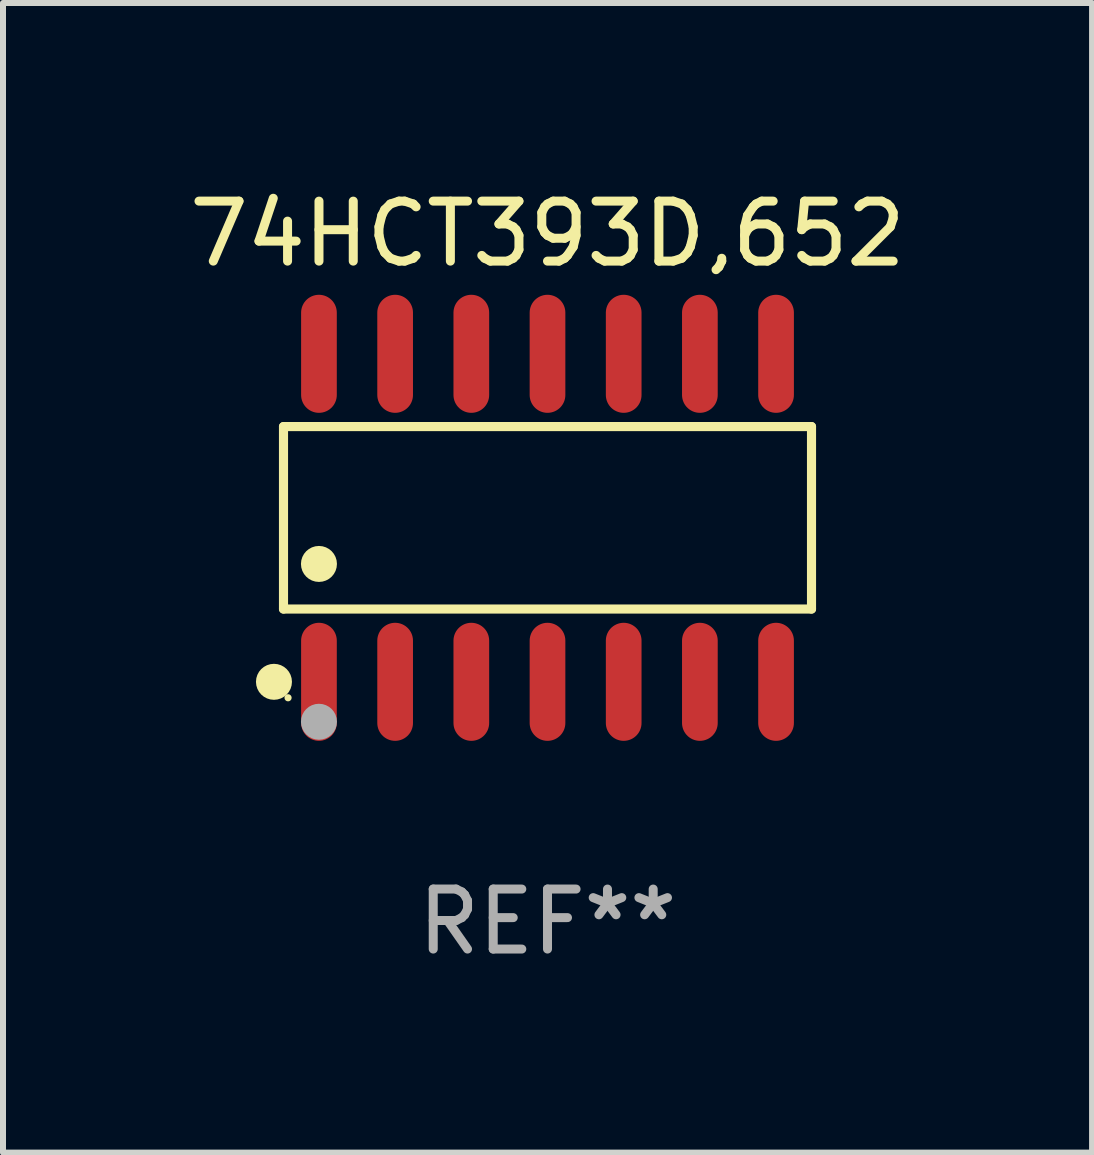
<source format=kicad_pcb>
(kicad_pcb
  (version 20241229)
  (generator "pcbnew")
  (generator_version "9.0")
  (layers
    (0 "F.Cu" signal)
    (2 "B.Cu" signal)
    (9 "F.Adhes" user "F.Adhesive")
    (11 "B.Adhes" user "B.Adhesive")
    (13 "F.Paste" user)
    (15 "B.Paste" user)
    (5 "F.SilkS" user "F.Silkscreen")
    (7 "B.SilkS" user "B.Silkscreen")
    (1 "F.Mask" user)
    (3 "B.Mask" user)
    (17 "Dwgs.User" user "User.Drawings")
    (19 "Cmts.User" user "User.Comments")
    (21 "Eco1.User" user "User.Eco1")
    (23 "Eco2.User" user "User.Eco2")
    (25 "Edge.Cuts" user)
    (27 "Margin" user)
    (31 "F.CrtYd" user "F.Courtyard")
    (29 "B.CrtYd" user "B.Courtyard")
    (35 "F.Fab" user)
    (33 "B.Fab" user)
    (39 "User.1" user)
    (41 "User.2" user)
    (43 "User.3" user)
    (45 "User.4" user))
  (footprint "74HCT393D,652"
    (layer "F.Cu")
    (at 6.077 5.582)
    (property "Reference" "74HCT393D,652" (at 0 -4.734 0) (layer "F.SilkS") (effects (font (size 1 1) (thickness 0.15))))
    (attr through_hole)
    (fp_line (start -4.401 -1.521) (end 4.401 -1.521) (stroke (width 0.152) (type solid)) (layer "F.SilkS"))
    (fp_line (start -4.401 1.521) (end -4.401 -1.521) (stroke (width 0.152) (type solid)) (layer "F.SilkS"))
    (fp_line (start 4.401 -1.521) (end 4.401 1.521) (stroke (width 0.152) (type solid)) (layer "F.SilkS"))
    (fp_line (start 4.401 1.521) (end -4.401 1.521) (stroke (width 0.152) (type solid)) (layer "F.SilkS"))
    (fp_circle (center -4.56 2.734) (end -4.41 2.734) (stroke (width 0.3) (type solid)) (fill no) (layer "F.SilkS"))
    (fp_circle (center -4.325 3) (end -4.295 3) (stroke (width 0.06) (type solid)) (fill no) (layer "F.SilkS"))
    (fp_circle (center -3.81 0.769) (end -3.66 0.769) (stroke (width 0.3) (type solid)) (fill no) (layer "F.SilkS"))
    (fp_circle (center -3.81 3.4) (end -3.66 3.4) (stroke (width 0.3) (type solid)) (fill no) (layer "F.Fab"))
    (fp_text user "REF**" (at 0 6.734 0) (layer "F.Fab") (effects (font (size 1 1) (thickness 0.15))))
    (pad "1" smd oval (at -3.81 2.734) (size 0.595 1.968) (layers "F.Cu" "F.Mask" "F.Paste"))
    (pad "2" smd oval (at -2.54 2.734) (size 0.595 1.968) (layers "F.Cu" "F.Mask" "F.Paste"))
    (pad "3" smd oval (at -1.27 2.734) (size 0.595 1.968) (layers "F.Cu" "F.Mask" "F.Paste"))
    (pad "4" smd oval (at 0 2.734) (size 0.595 1.968) (layers "F.Cu" "F.Mask" "F.Paste"))
    (pad "5" smd oval (at 1.27 2.734) (size 0.595 1.968) (layers "F.Cu" "F.Mask" "F.Paste"))
    (pad "6" smd oval (at 2.54 2.734) (size 0.595 1.968) (layers "F.Cu" "F.Mask" "F.Paste"))
    (pad "7" smd oval (at 3.81 2.734) (size 0.595 1.968) (layers "F.Cu" "F.Mask" "F.Paste"))
    (pad "8" smd oval (at 3.81 -2.734) (size 0.595 1.968) (layers "F.Cu" "F.Mask" "F.Paste"))
    (pad "9" smd oval (at 2.54 -2.734) (size 0.595 1.968) (layers "F.Cu" "F.Mask" "F.Paste"))
    (pad "10" smd oval (at 1.27 -2.734) (size 0.595 1.968) (layers "F.Cu" "F.Mask" "F.Paste"))
    (pad "11" smd oval (at 0 -2.734) (size 0.595 1.968) (layers "F.Cu" "F.Mask" "F.Paste"))
    (pad "12" smd oval (at -1.27 -2.734) (size 0.595 1.968) (layers "F.Cu" "F.Mask" "F.Paste"))
    (pad "13" smd oval (at -2.54 -2.734) (size 0.595 1.968) (layers "F.Cu" "F.Mask" "F.Paste"))
    (pad "14" smd oval (at -3.81 -2.734) (size 0.595 1.968) (layers "F.Cu" "F.Mask" "F.Paste")))
  (gr_rect
    (start -3 -3)
    (end 15.155 16.164)
    (stroke (width 0.1) (type default))
    (fill no)
    (layer "Edge.Cuts")))
</source>
